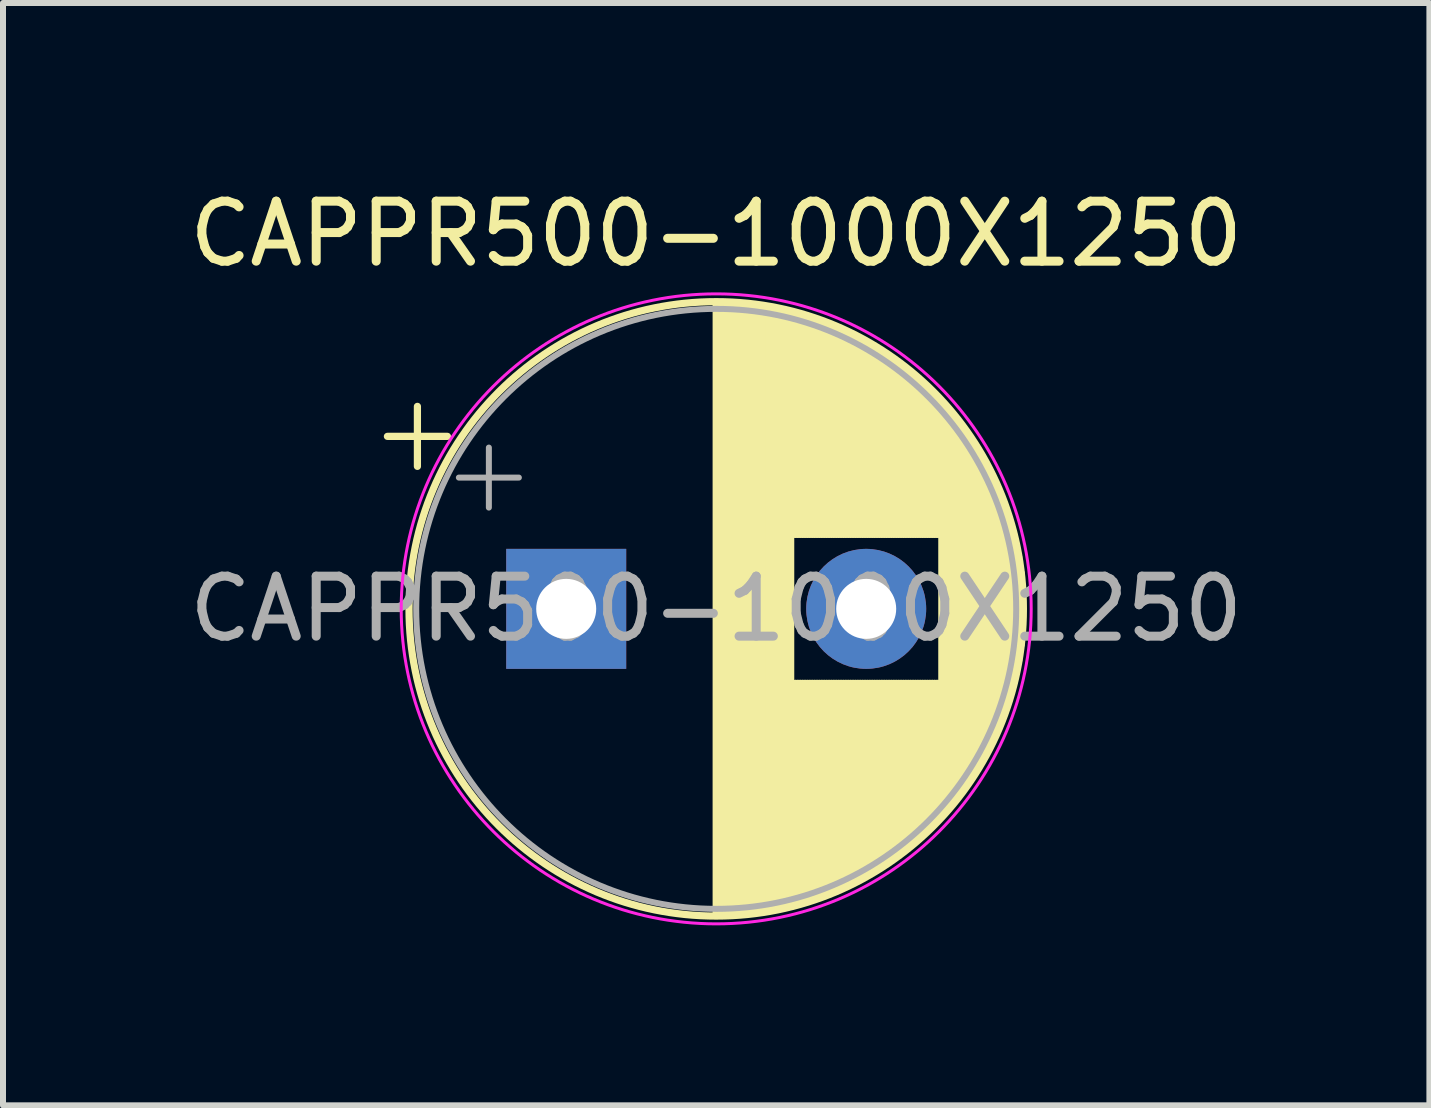
<source format=kicad_pcb>
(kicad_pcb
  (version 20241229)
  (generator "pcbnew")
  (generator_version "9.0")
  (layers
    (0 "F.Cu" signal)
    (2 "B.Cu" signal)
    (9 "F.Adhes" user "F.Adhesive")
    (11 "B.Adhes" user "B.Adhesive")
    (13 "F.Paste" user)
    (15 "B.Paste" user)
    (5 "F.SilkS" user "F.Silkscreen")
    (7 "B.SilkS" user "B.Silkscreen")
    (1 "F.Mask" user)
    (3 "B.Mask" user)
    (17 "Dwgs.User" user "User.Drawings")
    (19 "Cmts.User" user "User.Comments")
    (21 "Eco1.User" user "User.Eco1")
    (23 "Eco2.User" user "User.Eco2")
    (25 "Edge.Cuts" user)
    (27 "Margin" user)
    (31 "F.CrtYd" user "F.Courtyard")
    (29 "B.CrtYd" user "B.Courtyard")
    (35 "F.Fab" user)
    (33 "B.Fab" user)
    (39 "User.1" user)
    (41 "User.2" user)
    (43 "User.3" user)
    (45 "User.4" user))
  (footprint "CAPPR500-1000X1250"
    (layer "F.Cu")
    (at 6.387 7.098)
    (property "Reference" "CAPPR500-1000X1250" (at 2.5 -6.25 0) (layer "F.SilkS") (effects (font (size 1 1) (thickness 0.15))))
    (attr through_hole)
    (fp_line (start -2.98 -2.875) (end -1.98 -2.875) (stroke (width 0.12) (type solid)) (layer "F.SilkS"))
    (fp_line (start -2.48 -3.375) (end -2.48 -2.375) (stroke (width 0.12) (type solid)) (layer "F.SilkS"))
    (fp_line (start 2.5 -5.08) (end 2.5 5.08) (stroke (width 0.12) (type solid)) (layer "F.SilkS"))
    (fp_line (start 2.54 -5.08) (end 2.54 5.08) (stroke (width 0.12) (type solid)) (layer "F.SilkS"))
    (fp_line (start 2.58 -5.08) (end 2.58 5.08) (stroke (width 0.12) (type solid)) (layer "F.SilkS"))
    (fp_line (start 2.62 -5.079) (end 2.62 5.079) (stroke (width 0.12) (type solid)) (layer "F.SilkS"))
    (fp_line (start 2.66 -5.078) (end 2.66 5.078) (stroke (width 0.12) (type solid)) (layer "F.SilkS"))
    (fp_line (start 2.7 -5.077) (end 2.7 5.077) (stroke (width 0.12) (type solid)) (layer "F.SilkS"))
    (fp_line (start 2.74 -5.075) (end 2.74 5.075) (stroke (width 0.12) (type solid)) (layer "F.SilkS"))
    (fp_line (start 2.78 -5.073) (end 2.78 5.073) (stroke (width 0.12) (type solid)) (layer "F.SilkS"))
    (fp_line (start 2.82 -5.07) (end 2.82 5.07) (stroke (width 0.12) (type solid)) (layer "F.SilkS"))
    (fp_line (start 2.86 -5.068) (end 2.86 5.068) (stroke (width 0.12) (type solid)) (layer "F.SilkS"))
    (fp_line (start 2.9 -5.065) (end 2.9 5.065) (stroke (width 0.12) (type solid)) (layer "F.SilkS"))
    (fp_line (start 2.94 -5.062) (end 2.94 5.062) (stroke (width 0.12) (type solid)) (layer "F.SilkS"))
    (fp_line (start 2.98 -5.058) (end 2.98 5.058) (stroke (width 0.12) (type solid)) (layer "F.SilkS"))
    (fp_line (start 3.02 -5.054) (end 3.02 5.054) (stroke (width 0.12) (type solid)) (layer "F.SilkS"))
    (fp_line (start 3.06 -5.05) (end 3.06 5.05) (stroke (width 0.12) (type solid)) (layer "F.SilkS"))
    (fp_line (start 3.1 -5.045) (end 3.1 5.045) (stroke (width 0.12) (type solid)) (layer "F.SilkS"))
    (fp_line (start 3.14 -5.04) (end 3.14 5.04) (stroke (width 0.12) (type solid)) (layer "F.SilkS"))
    (fp_line (start 3.18 -5.035) (end 3.18 5.035) (stroke (width 0.12) (type solid)) (layer "F.SilkS"))
    (fp_line (start 3.221 -5.03) (end 3.221 5.03) (stroke (width 0.12) (type solid)) (layer "F.SilkS"))
    (fp_line (start 3.261 -5.024) (end 3.261 5.024) (stroke (width 0.12) (type solid)) (layer "F.SilkS"))
    (fp_line (start 3.301 -5.018) (end 3.301 5.018) (stroke (width 0.12) (type solid)) (layer "F.SilkS"))
    (fp_line (start 3.341 -5.011) (end 3.341 5.011) (stroke (width 0.12) (type solid)) (layer "F.SilkS"))
    (fp_line (start 3.381 -5.004) (end 3.381 5.004) (stroke (width 0.12) (type solid)) (layer "F.SilkS"))
    (fp_line (start 3.421 -4.997) (end 3.421 4.997) (stroke (width 0.12) (type solid)) (layer "F.SilkS"))
    (fp_line (start 3.461 -4.99) (end 3.461 4.99) (stroke (width 0.12) (type solid)) (layer "F.SilkS"))
    (fp_line (start 3.501 -4.982) (end 3.501 4.982) (stroke (width 0.12) (type solid)) (layer "F.SilkS"))
    (fp_line (start 3.541 -4.974) (end 3.541 4.974) (stroke (width 0.12) (type solid)) (layer "F.SilkS"))
    (fp_line (start 3.581 -4.965) (end 3.581 4.965) (stroke (width 0.12) (type solid)) (layer "F.SilkS"))
    (fp_line (start 3.621 -4.956) (end 3.621 4.956) (stroke (width 0.12) (type solid)) (layer "F.SilkS"))
    (fp_line (start 3.661 -4.947) (end 3.661 4.947) (stroke (width 0.12) (type solid)) (layer "F.SilkS"))
    (fp_line (start 3.701 -4.938) (end 3.701 4.938) (stroke (width 0.12) (type solid)) (layer "F.SilkS"))
    (fp_line (start 3.741 -4.928) (end 3.741 4.928) (stroke (width 0.12) (type solid)) (layer "F.SilkS"))
    (fp_line (start 3.781 -4.918) (end 3.781 -1.241) (stroke (width 0.12) (type solid)) (layer "F.SilkS"))
    (fp_line (start 3.781 1.241) (end 3.781 4.918) (stroke (width 0.12) (type solid)) (layer "F.SilkS"))
    (fp_line (start 3.821 -4.907) (end 3.821 -1.241) (stroke (width 0.12) (type solid)) (layer "F.SilkS"))
    (fp_line (start 3.821 1.241) (end 3.821 4.907) (stroke (width 0.12) (type solid)) (layer "F.SilkS"))
    (fp_line (start 3.861 -4.897) (end 3.861 -1.241) (stroke (width 0.12) (type solid)) (layer "F.SilkS"))
    (fp_line (start 3.861 1.241) (end 3.861 4.897) (stroke (width 0.12) (type solid)) (layer "F.SilkS"))
    (fp_line (start 3.901 -4.885) (end 3.901 -1.241) (stroke (width 0.12) (type solid)) (layer "F.SilkS"))
    (fp_line (start 3.901 1.241) (end 3.901 4.885) (stroke (width 0.12) (type solid)) (layer "F.SilkS"))
    (fp_line (start 3.941 -4.874) (end 3.941 -1.241) (stroke (width 0.12) (type solid)) (layer "F.SilkS"))
    (fp_line (start 3.941 1.241) (end 3.941 4.874) (stroke (width 0.12) (type solid)) (layer "F.SilkS"))
    (fp_line (start 3.981 -4.862) (end 3.981 -1.241) (stroke (width 0.12) (type solid)) (layer "F.SilkS"))
    (fp_line (start 3.981 1.241) (end 3.981 4.862) (stroke (width 0.12) (type solid)) (layer "F.SilkS"))
    (fp_line (start 4.021 -4.85) (end 4.021 -1.241) (stroke (width 0.12) (type solid)) (layer "F.SilkS"))
    (fp_line (start 4.021 1.241) (end 4.021 4.85) (stroke (width 0.12) (type solid)) (layer "F.SilkS"))
    (fp_line (start 4.061 -4.837) (end 4.061 -1.241) (stroke (width 0.12) (type solid)) (layer "F.SilkS"))
    (fp_line (start 4.061 1.241) (end 4.061 4.837) (stroke (width 0.12) (type solid)) (layer "F.SilkS"))
    (fp_line (start 4.101 -4.824) (end 4.101 -1.241) (stroke (width 0.12) (type solid)) (layer "F.SilkS"))
    (fp_line (start 4.101 1.241) (end 4.101 4.824) (stroke (width 0.12) (type solid)) (layer "F.SilkS"))
    (fp_line (start 4.141 -4.811) (end 4.141 -1.241) (stroke (width 0.12) (type solid)) (layer "F.SilkS"))
    (fp_line (start 4.141 1.241) (end 4.141 4.811) (stroke (width 0.12) (type solid)) (layer "F.SilkS"))
    (fp_line (start 4.181 -4.797) (end 4.181 -1.241) (stroke (width 0.12) (type solid)) (layer "F.SilkS"))
    (fp_line (start 4.181 1.241) (end 4.181 4.797) (stroke (width 0.12) (type solid)) (layer "F.SilkS"))
    (fp_line (start 4.221 -4.783) (end 4.221 -1.241) (stroke (width 0.12) (type solid)) (layer "F.SilkS"))
    (fp_line (start 4.221 1.241) (end 4.221 4.783) (stroke (width 0.12) (type solid)) (layer "F.SilkS"))
    (fp_line (start 4.261 -4.768) (end 4.261 -1.241) (stroke (width 0.12) (type solid)) (layer "F.SilkS"))
    (fp_line (start 4.261 1.241) (end 4.261 4.768) (stroke (width 0.12) (type solid)) (layer "F.SilkS"))
    (fp_line (start 4.301 -4.754) (end 4.301 -1.241) (stroke (width 0.12) (type solid)) (layer "F.SilkS"))
    (fp_line (start 4.301 1.241) (end 4.301 4.754) (stroke (width 0.12) (type solid)) (layer "F.SilkS"))
    (fp_line (start 4.341 -4.738) (end 4.341 -1.241) (stroke (width 0.12) (type solid)) (layer "F.SilkS"))
    (fp_line (start 4.341 1.241) (end 4.341 4.738) (stroke (width 0.12) (type solid)) (layer "F.SilkS"))
    (fp_line (start 4.381 -4.723) (end 4.381 -1.241) (stroke (width 0.12) (type solid)) (layer "F.SilkS"))
    (fp_line (start 4.381 1.241) (end 4.381 4.723) (stroke (width 0.12) (type solid)) (layer "F.SilkS"))
    (fp_line (start 4.421 -4.707) (end 4.421 -1.241) (stroke (width 0.12) (type solid)) (layer "F.SilkS"))
    (fp_line (start 4.421 1.241) (end 4.421 4.707) (stroke (width 0.12) (type solid)) (layer "F.SilkS"))
    (fp_line (start 4.461 -4.69) (end 4.461 -1.241) (stroke (width 0.12) (type solid)) (layer "F.SilkS"))
    (fp_line (start 4.461 1.241) (end 4.461 4.69) (stroke (width 0.12) (type solid)) (layer "F.SilkS"))
    (fp_line (start 4.501 -4.674) (end 4.501 -1.241) (stroke (width 0.12) (type solid)) (layer "F.SilkS"))
    (fp_line (start 4.501 1.241) (end 4.501 4.674) (stroke (width 0.12) (type solid)) (layer "F.SilkS"))
    (fp_line (start 4.541 -4.657) (end 4.541 -1.241) (stroke (width 0.12) (type solid)) (layer "F.SilkS"))
    (fp_line (start 4.541 1.241) (end 4.541 4.657) (stroke (width 0.12) (type solid)) (layer "F.SilkS"))
    (fp_line (start 4.581 -4.639) (end 4.581 -1.241) (stroke (width 0.12) (type solid)) (layer "F.SilkS"))
    (fp_line (start 4.581 1.241) (end 4.581 4.639) (stroke (width 0.12) (type solid)) (layer "F.SilkS"))
    (fp_line (start 4.621 -4.621) (end 4.621 -1.241) (stroke (width 0.12) (type solid)) (layer "F.SilkS"))
    (fp_line (start 4.621 1.241) (end 4.621 4.621) (stroke (width 0.12) (type solid)) (layer "F.SilkS"))
    (fp_line (start 4.661 -4.603) (end 4.661 -1.241) (stroke (width 0.12) (type solid)) (layer "F.SilkS"))
    (fp_line (start 4.661 1.241) (end 4.661 4.603) (stroke (width 0.12) (type solid)) (layer "F.SilkS"))
    (fp_line (start 4.701 -4.584) (end 4.701 -1.241) (stroke (width 0.12) (type solid)) (layer "F.SilkS"))
    (fp_line (start 4.701 1.241) (end 4.701 4.584) (stroke (width 0.12) (type solid)) (layer "F.SilkS"))
    (fp_line (start 4.741 -4.564) (end 4.741 -1.241) (stroke (width 0.12) (type solid)) (layer "F.SilkS"))
    (fp_line (start 4.741 1.241) (end 4.741 4.564) (stroke (width 0.12) (type solid)) (layer "F.SilkS"))
    (fp_line (start 4.781 -4.545) (end 4.781 -1.241) (stroke (width 0.12) (type solid)) (layer "F.SilkS"))
    (fp_line (start 4.781 1.241) (end 4.781 4.545) (stroke (width 0.12) (type solid)) (layer "F.SilkS"))
    (fp_line (start 4.821 -4.525) (end 4.821 -1.241) (stroke (width 0.12) (type solid)) (layer "F.SilkS"))
    (fp_line (start 4.821 1.241) (end 4.821 4.525) (stroke (width 0.12) (type solid)) (layer "F.SilkS"))
    (fp_line (start 4.861 -4.504) (end 4.861 -1.241) (stroke (width 0.12) (type solid)) (layer "F.SilkS"))
    (fp_line (start 4.861 1.241) (end 4.861 4.504) (stroke (width 0.12) (type solid)) (layer "F.SilkS"))
    (fp_line (start 4.901 -4.483) (end 4.901 -1.241) (stroke (width 0.12) (type solid)) (layer "F.SilkS"))
    (fp_line (start 4.901 1.241) (end 4.901 4.483) (stroke (width 0.12) (type solid)) (layer "F.SilkS"))
    (fp_line (start 4.941 -4.462) (end 4.941 -1.241) (stroke (width 0.12) (type solid)) (layer "F.SilkS"))
    (fp_line (start 4.941 1.241) (end 4.941 4.462) (stroke (width 0.12) (type solid)) (layer "F.SilkS"))
    (fp_line (start 4.981 -4.44) (end 4.981 -1.241) (stroke (width 0.12) (type solid)) (layer "F.SilkS"))
    (fp_line (start 4.981 1.241) (end 4.981 4.44) (stroke (width 0.12) (type solid)) (layer "F.SilkS"))
    (fp_line (start 5.021 -4.417) (end 5.021 -1.241) (stroke (width 0.12) (type solid)) (layer "F.SilkS"))
    (fp_line (start 5.021 1.241) (end 5.021 4.417) (stroke (width 0.12) (type solid)) (layer "F.SilkS"))
    (fp_line (start 5.061 -4.395) (end 5.061 -1.241) (stroke (width 0.12) (type solid)) (layer "F.SilkS"))
    (fp_line (start 5.061 1.241) (end 5.061 4.395) (stroke (width 0.12) (type solid)) (layer "F.SilkS"))
    (fp_line (start 5.101 -4.371) (end 5.101 -1.241) (stroke (width 0.12) (type solid)) (layer "F.SilkS"))
    (fp_line (start 5.101 1.241) (end 5.101 4.371) (stroke (width 0.12) (type solid)) (layer "F.SilkS"))
    (fp_line (start 5.141 -4.347) (end 5.141 -1.241) (stroke (width 0.12) (type solid)) (layer "F.SilkS"))
    (fp_line (start 5.141 1.241) (end 5.141 4.347) (stroke (width 0.12) (type solid)) (layer "F.SilkS"))
    (fp_line (start 5.181 -4.323) (end 5.181 -1.241) (stroke (width 0.12) (type solid)) (layer "F.SilkS"))
    (fp_line (start 5.181 1.241) (end 5.181 4.323) (stroke (width 0.12) (type solid)) (layer "F.SilkS"))
    (fp_line (start 5.221 -4.298) (end 5.221 -1.241) (stroke (width 0.12) (type solid)) (layer "F.SilkS"))
    (fp_line (start 5.221 1.241) (end 5.221 4.298) (stroke (width 0.12) (type solid)) (layer "F.SilkS"))
    (fp_line (start 5.261 -4.273) (end 5.261 -1.241) (stroke (width 0.12) (type solid)) (layer "F.SilkS"))
    (fp_line (start 5.261 1.241) (end 5.261 4.273) (stroke (width 0.12) (type solid)) (layer "F.SilkS"))
    (fp_line (start 5.301 -4.247) (end 5.301 -1.241) (stroke (width 0.12) (type solid)) (layer "F.SilkS"))
    (fp_line (start 5.301 1.241) (end 5.301 4.247) (stroke (width 0.12) (type solid)) (layer "F.SilkS"))
    (fp_line (start 5.341 -4.221) (end 5.341 -1.241) (stroke (width 0.12) (type solid)) (layer "F.SilkS"))
    (fp_line (start 5.341 1.241) (end 5.341 4.221) (stroke (width 0.12) (type solid)) (layer "F.SilkS"))
    (fp_line (start 5.381 -4.194) (end 5.381 -1.241) (stroke (width 0.12) (type solid)) (layer "F.SilkS"))
    (fp_line (start 5.381 1.241) (end 5.381 4.194) (stroke (width 0.12) (type solid)) (layer "F.SilkS"))
    (fp_line (start 5.421 -4.166) (end 5.421 -1.241) (stroke (width 0.12) (type solid)) (layer "F.SilkS"))
    (fp_line (start 5.421 1.241) (end 5.421 4.166) (stroke (width 0.12) (type solid)) (layer "F.SilkS"))
    (fp_line (start 5.461 -4.138) (end 5.461 -1.241) (stroke (width 0.12) (type solid)) (layer "F.SilkS"))
    (fp_line (start 5.461 1.241) (end 5.461 4.138) (stroke (width 0.12) (type solid)) (layer "F.SilkS"))
    (fp_line (start 5.501 -4.11) (end 5.501 -1.241) (stroke (width 0.12) (type solid)) (layer "F.SilkS"))
    (fp_line (start 5.501 1.241) (end 5.501 4.11) (stroke (width 0.12) (type solid)) (layer "F.SilkS"))
    (fp_line (start 5.541 -4.08) (end 5.541 -1.241) (stroke (width 0.12) (type solid)) (layer "F.SilkS"))
    (fp_line (start 5.541 1.241) (end 5.541 4.08) (stroke (width 0.12) (type solid)) (layer "F.SilkS"))
    (fp_line (start 5.581 -4.05) (end 5.581 -1.241) (stroke (width 0.12) (type solid)) (layer "F.SilkS"))
    (fp_line (start 5.581 1.241) (end 5.581 4.05) (stroke (width 0.12) (type solid)) (layer "F.SilkS"))
    (fp_line (start 5.621 -4.02) (end 5.621 -1.241) (stroke (width 0.12) (type solid)) (layer "F.SilkS"))
    (fp_line (start 5.621 1.241) (end 5.621 4.02) (stroke (width 0.12) (type solid)) (layer "F.SilkS"))
    (fp_line (start 5.661 -3.989) (end 5.661 -1.241) (stroke (width 0.12) (type solid)) (layer "F.SilkS"))
    (fp_line (start 5.661 1.241) (end 5.661 3.989) (stroke (width 0.12) (type solid)) (layer "F.SilkS"))
    (fp_line (start 5.701 -3.957) (end 5.701 -1.241) (stroke (width 0.12) (type solid)) (layer "F.SilkS"))
    (fp_line (start 5.701 1.241) (end 5.701 3.957) (stroke (width 0.12) (type solid)) (layer "F.SilkS"))
    (fp_line (start 5.741 -3.925) (end 5.741 -1.241) (stroke (width 0.12) (type solid)) (layer "F.SilkS"))
    (fp_line (start 5.741 1.241) (end 5.741 3.925) (stroke (width 0.12) (type solid)) (layer "F.SilkS"))
    (fp_line (start 5.781 -3.892) (end 5.781 -1.241) (stroke (width 0.12) (type solid)) (layer "F.SilkS"))
    (fp_line (start 5.781 1.241) (end 5.781 3.892) (stroke (width 0.12) (type solid)) (layer "F.SilkS"))
    (fp_line (start 5.821 -3.858) (end 5.821 -1.241) (stroke (width 0.12) (type solid)) (layer "F.SilkS"))
    (fp_line (start 5.821 1.241) (end 5.821 3.858) (stroke (width 0.12) (type solid)) (layer "F.SilkS"))
    (fp_line (start 5.861 -3.824) (end 5.861 -1.241) (stroke (width 0.12) (type solid)) (layer "F.SilkS"))
    (fp_line (start 5.861 1.241) (end 5.861 3.824) (stroke (width 0.12) (type solid)) (layer "F.SilkS"))
    (fp_line (start 5.901 -3.789) (end 5.901 -1.241) (stroke (width 0.12) (type solid)) (layer "F.SilkS"))
    (fp_line (start 5.901 1.241) (end 5.901 3.789) (stroke (width 0.12) (type solid)) (layer "F.SilkS"))
    (fp_line (start 5.941 -3.753) (end 5.941 -1.241) (stroke (width 0.12) (type solid)) (layer "F.SilkS"))
    (fp_line (start 5.941 1.241) (end 5.941 3.753) (stroke (width 0.12) (type solid)) (layer "F.SilkS"))
    (fp_line (start 5.981 -3.716) (end 5.981 -1.241) (stroke (width 0.12) (type solid)) (layer "F.SilkS"))
    (fp_line (start 5.981 1.241) (end 5.981 3.716) (stroke (width 0.12) (type solid)) (layer "F.SilkS"))
    (fp_line (start 6.021 -3.679) (end 6.021 -1.241) (stroke (width 0.12) (type solid)) (layer "F.SilkS"))
    (fp_line (start 6.021 1.241) (end 6.021 3.679) (stroke (width 0.12) (type solid)) (layer "F.SilkS"))
    (fp_line (start 6.061 -3.64) (end 6.061 -1.241) (stroke (width 0.12) (type solid)) (layer "F.SilkS"))
    (fp_line (start 6.061 1.241) (end 6.061 3.64) (stroke (width 0.12) (type solid)) (layer "F.SilkS"))
    (fp_line (start 6.101 -3.601) (end 6.101 -1.241) (stroke (width 0.12) (type solid)) (layer "F.SilkS"))
    (fp_line (start 6.101 1.241) (end 6.101 3.601) (stroke (width 0.12) (type solid)) (layer "F.SilkS"))
    (fp_line (start 6.141 -3.561) (end 6.141 -1.241) (stroke (width 0.12) (type solid)) (layer "F.SilkS"))
    (fp_line (start 6.141 1.241) (end 6.141 3.561) (stroke (width 0.12) (type solid)) (layer "F.SilkS"))
    (fp_line (start 6.181 -3.52) (end 6.181 -1.241) (stroke (width 0.12) (type solid)) (layer "F.SilkS"))
    (fp_line (start 6.181 1.241) (end 6.181 3.52) (stroke (width 0.12) (type solid)) (layer "F.SilkS"))
    (fp_line (start 6.221 -3.478) (end 6.221 -1.241) (stroke (width 0.12) (type solid)) (layer "F.SilkS"))
    (fp_line (start 6.221 1.241) (end 6.221 3.478) (stroke (width 0.12) (type solid)) (layer "F.SilkS"))
    (fp_line (start 6.261 -3.436) (end 6.261 3.436) (stroke (width 0.12) (type solid)) (layer "F.SilkS"))
    (fp_line (start 6.301 -3.392) (end 6.301 3.392) (stroke (width 0.12) (type solid)) (layer "F.SilkS"))
    (fp_line (start 6.341 -3.347) (end 6.341 3.347) (stroke (width 0.12) (type solid)) (layer "F.SilkS"))
    (fp_line (start 6.381 -3.301) (end 6.381 3.301) (stroke (width 0.12) (type solid)) (layer "F.SilkS"))
    (fp_line (start 6.421 -3.254) (end 6.421 3.254) (stroke (width 0.12) (type solid)) (layer "F.SilkS"))
    (fp_line (start 6.461 -3.206) (end 6.461 3.206) (stroke (width 0.12) (type solid)) (layer "F.SilkS"))
    (fp_line (start 6.501 -3.156) (end 6.501 3.156) (stroke (width 0.12) (type solid)) (layer "F.SilkS"))
    (fp_line (start 6.541 -3.106) (end 6.541 3.106) (stroke (width 0.12) (type solid)) (layer "F.SilkS"))
    (fp_line (start 6.581 -3.054) (end 6.581 3.054) (stroke (width 0.12) (type solid)) (layer "F.SilkS"))
    (fp_line (start 6.621 -3) (end 6.621 3) (stroke (width 0.12) (type solid)) (layer "F.SilkS"))
    (fp_line (start 6.661 -2.945) (end 6.661 2.945) (stroke (width 0.12) (type solid)) (layer "F.SilkS"))
    (fp_line (start 6.701 -2.889) (end 6.701 2.889) (stroke (width 0.12) (type solid)) (layer "F.SilkS"))
    (fp_line (start 6.741 -2.83) (end 6.741 2.83) (stroke (width 0.12) (type solid)) (layer "F.SilkS"))
    (fp_line (start 6.781 -2.77) (end 6.781 2.77) (stroke (width 0.12) (type solid)) (layer "F.SilkS"))
    (fp_line (start 6.821 -2.709) (end 6.821 2.709) (stroke (width 0.12) (type solid)) (layer "F.SilkS"))
    (fp_line (start 6.861 -2.645) (end 6.861 2.645) (stroke (width 0.12) (type solid)) (layer "F.SilkS"))
    (fp_line (start 6.901 -2.579) (end 6.901 2.579) (stroke (width 0.12) (type solid)) (layer "F.SilkS"))
    (fp_line (start 6.941 -2.51) (end 6.941 2.51) (stroke (width 0.12) (type solid)) (layer "F.SilkS"))
    (fp_line (start 6.981 -2.439) (end 6.981 2.439) (stroke (width 0.12) (type solid)) (layer "F.SilkS"))
    (fp_line (start 7.021 -2.365) (end 7.021 2.365) (stroke (width 0.12) (type solid)) (layer "F.SilkS"))
    (fp_line (start 7.061 -2.289) (end 7.061 2.289) (stroke (width 0.12) (type solid)) (layer "F.SilkS"))
    (fp_line (start 7.101 -2.209) (end 7.101 2.209) (stroke (width 0.12) (type solid)) (layer "F.SilkS"))
    (fp_line (start 7.141 -2.125) (end 7.141 2.125) (stroke (width 0.12) (type solid)) (layer "F.SilkS"))
    (fp_line (start 7.181 -2.037) (end 7.181 2.037) (stroke (width 0.12) (type solid)) (layer "F.SilkS"))
    (fp_line (start 7.221 -1.944) (end 7.221 1.944) (stroke (width 0.12) (type solid)) (layer "F.SilkS"))
    (fp_line (start 7.261 -1.846) (end 7.261 1.846) (stroke (width 0.12) (type solid)) (layer "F.SilkS"))
    (fp_line (start 7.301 -1.742) (end 7.301 1.742) (stroke (width 0.12) (type solid)) (layer "F.SilkS"))
    (fp_line (start 7.341 -1.63) (end 7.341 1.63) (stroke (width 0.12) (type solid)) (layer "F.SilkS"))
    (fp_line (start 7.381 -1.51) (end 7.381 1.51) (stroke (width 0.12) (type solid)) (layer "F.SilkS"))
    (fp_line (start 7.421 -1.378) (end 7.421 1.378) (stroke (width 0.12) (type solid)) (layer "F.SilkS"))
    (fp_line (start 7.461 -1.23) (end 7.461 1.23) (stroke (width 0.12) (type solid)) (layer "F.SilkS"))
    (fp_line (start 7.501 -1.062) (end 7.501 1.062) (stroke (width 0.12) (type solid)) (layer "F.SilkS"))
    (fp_line (start 7.541 -0.862) (end 7.541 0.862) (stroke (width 0.12) (type solid)) (layer "F.SilkS"))
    (fp_line (start 7.581 -0.599) (end 7.581 0.599) (stroke (width 0.12) (type solid)) (layer "F.SilkS"))
    (fp_circle (center 2.5 0) (end 7.62 0) (stroke (width 0.12) (type solid)) (fill no) (layer "F.SilkS"))
    (fp_circle (center 2.5 0) (end 7.75 0) (stroke (width 0.05) (type solid)) (fill no) (layer "F.CrtYd"))
    (fp_line (start -1.789 -2.188) (end -0.789 -2.188) (stroke (width 0.1) (type solid)) (layer "F.Fab"))
    (fp_line (start -1.289 -2.688) (end -1.289 -1.688) (stroke (width 0.1) (type solid)) (layer "F.Fab"))
    (fp_circle (center 2.5 0) (end 7.5 0) (stroke (width 0.1) (type solid)) (fill no) (layer "F.Fab"))
    (fp_text user "${REFERENCE}" (at 2.5 0 0) (layer "F.Fab") (effects (font (size 1 1) (thickness 0.15))))
    (pad "1" thru_hole rect (at 0 0) (size 2 2) (drill 1) (layers "*.Cu" "*.Mask"))
    (pad "2" thru_hole circle (at 5 0) (size 2 2) (drill 1) (layers "*.Cu" "*.Mask")))
  (gr_rect
    (start -3 -3)
    (end 20.774 15.373)
    (stroke (width 0.1) (type default))
    (fill no)
    (layer "Edge.Cuts")))
</source>
